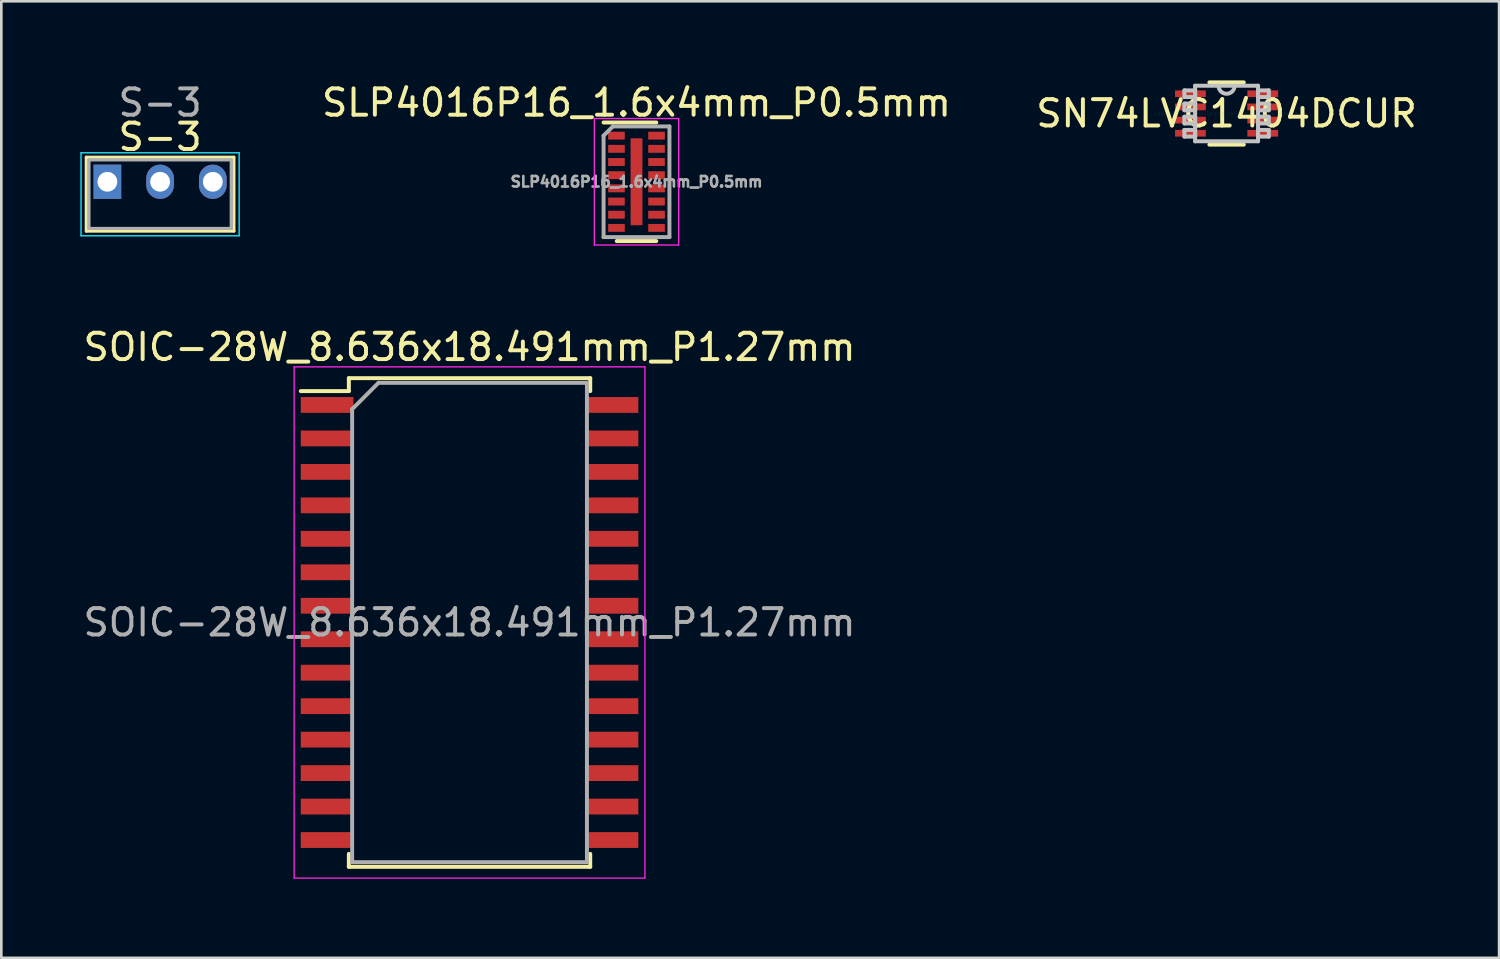
<source format=kicad_pcb>
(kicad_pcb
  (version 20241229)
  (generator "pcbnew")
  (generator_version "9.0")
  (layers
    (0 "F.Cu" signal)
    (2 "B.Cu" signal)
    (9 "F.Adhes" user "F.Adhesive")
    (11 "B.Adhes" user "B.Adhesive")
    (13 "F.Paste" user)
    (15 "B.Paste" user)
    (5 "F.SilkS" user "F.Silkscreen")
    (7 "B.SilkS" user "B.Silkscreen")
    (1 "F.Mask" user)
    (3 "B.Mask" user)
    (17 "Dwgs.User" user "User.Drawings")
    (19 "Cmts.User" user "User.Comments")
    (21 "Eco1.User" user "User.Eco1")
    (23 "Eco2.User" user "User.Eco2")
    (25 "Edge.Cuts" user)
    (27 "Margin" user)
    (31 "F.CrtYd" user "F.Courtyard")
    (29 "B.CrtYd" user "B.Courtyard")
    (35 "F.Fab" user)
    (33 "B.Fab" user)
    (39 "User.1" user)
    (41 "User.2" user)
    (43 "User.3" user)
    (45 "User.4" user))
  (footprint "SN74LVC1404DCUR"
    (layer "F.Cu")
    (at 43.496 1.257)
    (property "Reference" "SN74LVC1404DCUR" (at 0 0 0) (layer "F.SilkS") (effects (font (size 1 1) (thickness 0.15))))
    (attr through_hole)
    (fp_line (start -0.652 1.181) (end 0.652 1.181) (stroke (width 0.152) (type solid)) (layer "F.SilkS"))
    (fp_line (start 0.652 -1.181) (end -0.652 -1.181) (stroke (width 0.152) (type solid)) (layer "F.SilkS"))
    (fp_line (start -1.6 -0.877) (end -1.6 -0.623) (stroke (width 0.152) (type solid)) (layer "Dwgs.User"))
    (fp_line (start -1.6 -0.623) (end -1.194 -0.623) (stroke (width 0.152) (type solid)) (layer "Dwgs.User"))
    (fp_line (start -1.6 -0.377) (end -1.6 -0.123) (stroke (width 0.152) (type solid)) (layer "Dwgs.User"))
    (fp_line (start -1.6 -0.123) (end -1.194 -0.123) (stroke (width 0.152) (type solid)) (layer "Dwgs.User"))
    (fp_line (start -1.6 0.123) (end -1.6 0.377) (stroke (width 0.152) (type solid)) (layer "Dwgs.User"))
    (fp_line (start -1.6 0.377) (end -1.194 0.377) (stroke (width 0.152) (type solid)) (layer "Dwgs.User"))
    (fp_line (start -1.6 0.623) (end -1.6 0.877) (stroke (width 0.152) (type solid)) (layer "Dwgs.User"))
    (fp_line (start -1.6 0.877) (end -1.194 0.877) (stroke (width 0.152) (type solid)) (layer "Dwgs.User"))
    (fp_line (start -1.194 -1.054) (end -1.194 1.054) (stroke (width 0.152) (type solid)) (layer "Dwgs.User"))
    (fp_line (start -1.194 -0.877) (end -1.6 -0.877) (stroke (width 0.152) (type solid)) (layer "Dwgs.User"))
    (fp_line (start -1.194 -0.623) (end -1.194 -0.877) (stroke (width 0.152) (type solid)) (layer "Dwgs.User"))
    (fp_line (start -1.194 -0.377) (end -1.6 -0.377) (stroke (width 0.152) (type solid)) (layer "Dwgs.User"))
    (fp_line (start -1.194 -0.123) (end -1.194 -0.377) (stroke (width 0.152) (type solid)) (layer "Dwgs.User"))
    (fp_line (start -1.194 0.123) (end -1.6 0.123) (stroke (width 0.152) (type solid)) (layer "Dwgs.User"))
    (fp_line (start -1.194 0.377) (end -1.194 0.123) (stroke (width 0.152) (type solid)) (layer "Dwgs.User"))
    (fp_line (start -1.194 0.623) (end -1.6 0.623) (stroke (width 0.152) (type solid)) (layer "Dwgs.User"))
    (fp_line (start -1.194 0.877) (end -1.194 0.623) (stroke (width 0.152) (type solid)) (layer "Dwgs.User"))
    (fp_line (start -1.194 1.054) (end 1.194 1.054) (stroke (width 0.152) (type solid)) (layer "Dwgs.User"))
    (fp_line (start 1.194 -1.054) (end -1.194 -1.054) (stroke (width 0.152) (type solid)) (layer "Dwgs.User"))
    (fp_line (start 1.194 -0.877) (end 1.194 -0.623) (stroke (width 0.152) (type solid)) (layer "Dwgs.User"))
    (fp_line (start 1.194 -0.623) (end 1.6 -0.623) (stroke (width 0.152) (type solid)) (layer "Dwgs.User"))
    (fp_line (start 1.194 -0.377) (end 1.194 -0.123) (stroke (width 0.152) (type solid)) (layer "Dwgs.User"))
    (fp_line (start 1.194 -0.123) (end 1.6 -0.123) (stroke (width 0.152) (type solid)) (layer "Dwgs.User"))
    (fp_line (start 1.194 0.123) (end 1.194 0.377) (stroke (width 0.152) (type solid)) (layer "Dwgs.User"))
    (fp_line (start 1.194 0.377) (end 1.6 0.377) (stroke (width 0.152) (type solid)) (layer "Dwgs.User"))
    (fp_line (start 1.194 0.623) (end 1.194 0.877) (stroke (width 0.152) (type solid)) (layer "Dwgs.User"))
    (fp_line (start 1.194 0.877) (end 1.6 0.877) (stroke (width 0.152) (type solid)) (layer "Dwgs.User"))
    (fp_line (start 1.194 1.054) (end 1.194 -1.054) (stroke (width 0.152) (type solid)) (layer "Dwgs.User"))
    (fp_line (start 1.6 -0.877) (end 1.194 -0.877) (stroke (width 0.152) (type solid)) (layer "Dwgs.User"))
    (fp_line (start 1.6 -0.623) (end 1.6 -0.877) (stroke (width 0.152) (type solid)) (layer "Dwgs.User"))
    (fp_line (start 1.6 -0.377) (end 1.194 -0.377) (stroke (width 0.152) (type solid)) (layer "Dwgs.User"))
    (fp_line (start 1.6 -0.123) (end 1.6 -0.377) (stroke (width 0.152) (type solid)) (layer "Dwgs.User"))
    (fp_line (start 1.6 0.123) (end 1.194 0.123) (stroke (width 0.152) (type solid)) (layer "Dwgs.User"))
    (fp_line (start 1.6 0.377) (end 1.6 0.123) (stroke (width 0.152) (type solid)) (layer "Dwgs.User"))
    (fp_line (start 1.6 0.623) (end 1.194 0.623) (stroke (width 0.152) (type solid)) (layer "Dwgs.User"))
    (fp_line (start 1.6 0.877) (end 1.6 0.623) (stroke (width 0.152) (type solid)) (layer "Dwgs.User"))
    (fp_arc (start 0.3048 -1.0541) (mid 0 -0.7493) (end -0.3048 -1.0541) (stroke (width 0.1524) (type solid)) (layer "Dwgs.User"))
    (fp_text user "Copyright 2016 Accelerated Designs. All rights reserved." (at 0 0 0) (layer "Cmts.User") (effects (font (size 0.127 0.127) (thickness 0.002))))
    (pad "" smd rect (at -1.372 -0.75) (size 1.168 0.254) (layers "F.Mask"))
    (pad "" smd rect (at -1.372 -0.75) (size 1.168 0.254) (layers "F.Paste"))
    (pad "" smd rect (at -1.372 -0.25) (size 1.168 0.254) (layers "F.Mask"))
    (pad "" smd rect (at -1.372 -0.25) (size 1.168 0.254) (layers "F.Paste"))
    (pad "" smd rect (at -1.372 0.25) (size 1.168 0.254) (layers "F.Mask"))
    (pad "" smd rect (at -1.372 0.25) (size 1.168 0.254) (layers "F.Paste"))
    (pad "" smd rect (at -1.372 0.75) (size 1.168 0.254) (layers "F.Mask"))
    (pad "" smd rect (at -1.372 0.75) (size 1.168 0.254) (layers "F.Paste"))
    (pad "" smd rect (at 1.372 -0.75) (size 1.168 0.254) (layers "F.Mask"))
    (pad "" smd rect (at 1.372 -0.75) (size 1.168 0.254) (layers "F.Paste"))
    (pad "" smd rect (at 1.372 -0.25) (size 1.168 0.254) (layers "F.Mask"))
    (pad "" smd rect (at 1.372 -0.25) (size 1.168 0.254) (layers "F.Paste"))
    (pad "" smd rect (at 1.372 0.25) (size 1.168 0.254) (layers "F.Mask"))
    (pad "" smd rect (at 1.372 0.25) (size 1.168 0.254) (layers "F.Paste"))
    (pad "" smd rect (at 1.372 0.75) (size 1.168 0.254) (layers "F.Mask"))
    (pad "" smd rect (at 1.372 0.75) (size 1.168 0.254) (layers "F.Paste"))
    (pad "1" smd rect (at -1.372 -0.75) (size 1.168 0.254) (layers "F.Cu"))
    (pad "2" smd rect (at -1.372 -0.25) (size 1.168 0.254) (layers "F.Cu"))
    (pad "3" smd rect (at -1.372 0.25) (size 1.168 0.254) (layers "F.Cu"))
    (pad "4" smd rect (at -1.372 0.75) (size 1.168 0.254) (layers "F.Cu"))
    (pad "5" smd rect (at 1.372 0.75) (size 1.168 0.254) (layers "F.Cu"))
    (pad "6" smd rect (at 1.372 0.25) (size 1.168 0.254) (layers "F.Cu"))
    (pad "7" smd rect (at 1.372 -0.25) (size 1.168 0.254) (layers "F.Cu"))
    (pad "8" smd rect (at 1.372 -0.75) (size 1.168 0.254) (layers "F.Cu")))
  (footprint "SLP4016P16_1.6x4mm_P0.5mm"
    (layer "F.Cu")
    (at 21.104 3.848)
    (property "Reference" "SLP4016P16_1.6x4mm_P0.5mm" (at 0 -3 0) (layer "F.SilkS") (effects (font (size 1 1) (thickness 0.15))))
    (attr smd)
    (fp_line (start -1.25 -2.25) (end 0.75 -2.25) (stroke (width 0.15) (type solid)) (layer "F.SilkS"))
    (fp_line (start -0.75 2.25) (end 0.75 2.25) (stroke (width 0.15) (type solid)) (layer "F.SilkS"))
    (fp_line (start -1.6 -2.4) (end -1.6 2.4) (stroke (width 0.05) (type solid)) (layer "F.CrtYd"))
    (fp_line (start -1.6 -2.4) (end 1.6 -2.4) (stroke (width 0.05) (type solid)) (layer "F.CrtYd"))
    (fp_line (start -1.6 2.4) (end 1.6 2.4) (stroke (width 0.05) (type solid)) (layer "F.CrtYd"))
    (fp_line (start 1.6 -2.4) (end 1.6 2.4) (stroke (width 0.05) (type solid)) (layer "F.CrtYd"))
    (fp_line (start -1.25 -1.75) (end -0.9 -2.1) (stroke (width 0.15) (type solid)) (layer "F.Fab"))
    (fp_line (start -1.25 2.1) (end -1.25 -1.75) (stroke (width 0.15) (type solid)) (layer "F.Fab"))
    (fp_line (start -0.9 -2.1) (end 1.25 -2.1) (stroke (width 0.15) (type solid)) (layer "F.Fab"))
    (fp_line (start 1.25 -2.1) (end 1.25 2.1) (stroke (width 0.15) (type solid)) (layer "F.Fab"))
    (fp_line (start 1.25 2.1) (end -1.25 2.1) (stroke (width 0.15) (type solid)) (layer "F.Fab"))
    (fp_text user "${REFERENCE}" (at 0 0 0) (layer "F.Fab") (effects (font (size 0.4 0.4) (thickness 0.1))))
    (pad "" smd rect (at 0 -1.35) (size 0.35 0.35) (layers "F.Paste"))
    (pad "" smd rect (at 0 -0.9) (size 0.35 0.35) (layers "F.Paste"))
    (pad "" smd rect (at 0 -0.45) (size 0.35 0.35) (layers "F.Paste"))
    (pad "" smd rect (at 0 0) (size 0.35 0.35) (layers "F.Paste"))
    (pad "" smd rect (at 0 0.45) (size 0.35 0.35) (layers "F.Paste"))
    (pad "" smd rect (at 0 0.9) (size 0.35 0.35) (layers "F.Paste"))
    (pad "" smd rect (at 0 1.35) (size 0.35 0.35) (layers "F.Paste"))
    (pad "1" smd rect (at -0.76 -1.75) (size 0.63 0.3) (layers "F.Cu" "F.Mask" "F.Paste"))
    (pad "2" smd rect (at -0.76 -1.25) (size 0.63 0.3) (layers "F.Cu" "F.Mask" "F.Paste"))
    (pad "3" smd rect (at -0.76 -0.75) (size 0.63 0.3) (layers "F.Cu" "F.Mask" "F.Paste"))
    (pad "4" smd rect (at -0.76 -0.25) (size 0.63 0.3) (layers "F.Cu" "F.Mask" "F.Paste"))
    (pad "5" smd rect (at -0.76 0.25) (size 0.63 0.3) (layers "F.Cu" "F.Mask" "F.Paste"))
    (pad "6" smd rect (at -0.76 0.75) (size 0.63 0.3) (layers "F.Cu" "F.Mask" "F.Paste"))
    (pad "7" smd rect (at -0.76 1.25) (size 0.63 0.3) (layers "F.Cu" "F.Mask" "F.Paste"))
    (pad "8" smd rect (at -0.76 1.75) (size 0.63 0.3) (layers "F.Cu" "F.Mask" "F.Paste"))
    (pad "9" smd rect (at 0.76 1.75) (size 0.63 0.3) (layers "F.Cu" "F.Mask" "F.Paste"))
    (pad "10" smd rect (at 0.76 1.25) (size 0.63 0.3) (layers "F.Cu" "F.Mask" "F.Paste"))
    (pad "11" smd rect (at 0.76 0.75) (size 0.63 0.3) (layers "F.Cu" "F.Mask" "F.Paste"))
    (pad "12" smd rect (at 0.76 0.25) (size 0.63 0.3) (layers "F.Cu" "F.Mask" "F.Paste"))
    (pad "13" smd rect (at 0.76 -0.25) (size 0.63 0.3) (layers "F.Cu" "F.Mask" "F.Paste"))
    (pad "14" smd rect (at 0.76 -0.75) (size 0.63 0.3) (layers "F.Cu" "F.Mask" "F.Paste"))
    (pad "15" smd rect (at 0.76 -1.25) (size 0.63 0.3) (layers "F.Cu" "F.Mask" "F.Paste"))
    (pad "16" smd rect (at 0.76 -1.75) (size 0.63 0.3) (layers "F.Cu" "F.Mask" "F.Paste"))
    (pad "17" smd rect (at 0 0) (size 0.45 3.3) (layers "F.Cu" "F.Mask")))
  (footprint "SOIC-28W_8.636x18.491mm_P1.27mm"
    (layer "F.Cu")
    (at 14.768 20.572)
    (property "Reference" "SOIC-28W_8.636x18.491mm_P1.27mm" (at 0 -10.45 0) (layer "F.SilkS") (effects (font (size 1 1) (thickness 0.15))))
    (attr smd)
    (fp_line (start -4.58 -9.271) (end -4.58 -8.78) (stroke (width 0.15) (type solid)) (layer "F.SilkS"))
    (fp_line (start -4.58 -9.271) (end 4.58 -9.271) (stroke (width 0.15) (type solid)) (layer "F.SilkS"))
    (fp_line (start -4.58 -8.78) (end -6.405 -8.78) (stroke (width 0.15) (type solid)) (layer "F.SilkS"))
    (fp_line (start -4.58 9.271) (end -4.58 8.78) (stroke (width 0.15) (type solid)) (layer "F.SilkS"))
    (fp_line (start -4.58 9.271) (end 4.58 9.271) (stroke (width 0.15) (type solid)) (layer "F.SilkS"))
    (fp_line (start 4.58 -9.271) (end 4.58 -8.78) (stroke (width 0.15) (type solid)) (layer "F.SilkS"))
    (fp_line (start 4.58 9.271) (end 4.58 8.78) (stroke (width 0.15) (type solid)) (layer "F.SilkS"))
    (fp_line (start -6.655 -9.7) (end -6.655 9.7) (stroke (width 0.05) (type solid)) (layer "F.CrtYd"))
    (fp_line (start -6.655 -9.7) (end 6.655 -9.7) (stroke (width 0.05) (type solid)) (layer "F.CrtYd"))
    (fp_line (start -6.655 9.7) (end 6.655 9.7) (stroke (width 0.05) (type solid)) (layer "F.CrtYd"))
    (fp_line (start 6.655 -9.7) (end 6.655 9.7) (stroke (width 0.05) (type solid)) (layer "F.CrtYd"))
    (fp_line (start -4.455 -8.095) (end -3.455 -9.095) (stroke (width 0.15) (type solid)) (layer "F.Fab"))
    (fp_line (start -4.455 9.095) (end -4.455 -8.095) (stroke (width 0.15) (type solid)) (layer "F.Fab"))
    (fp_line (start -3.455 -9.095) (end 4.455 -9.095) (stroke (width 0.15) (type solid)) (layer "F.Fab"))
    (fp_line (start 4.455 -9.095) (end 4.455 9.095) (stroke (width 0.15) (type solid)) (layer "F.Fab"))
    (fp_line (start 4.455 9.095) (end -4.455 9.095) (stroke (width 0.15) (type solid)) (layer "F.Fab"))
    (fp_text user "${REFERENCE}" (at 0 0 0) (layer "F.Fab") (effects (font (size 1 1) (thickness 0.15))))
    (pad "1" smd rect (at -5.405 -8.255) (size 2 0.6) (layers "F.Cu" "F.Mask" "F.Paste"))
    (pad "2" smd rect (at -5.405 -6.985) (size 2 0.6) (layers "F.Cu" "F.Mask" "F.Paste"))
    (pad "3" smd rect (at -5.405 -5.715) (size 2 0.6) (layers "F.Cu" "F.Mask" "F.Paste"))
    (pad "4" smd rect (at -5.405 -4.445) (size 2 0.6) (layers "F.Cu" "F.Mask" "F.Paste"))
    (pad "5" smd rect (at -5.405 -3.175) (size 2 0.6) (layers "F.Cu" "F.Mask" "F.Paste"))
    (pad "6" smd rect (at -5.405 -1.905) (size 2 0.6) (layers "F.Cu" "F.Mask" "F.Paste"))
    (pad "7" smd rect (at -5.405 -0.635) (size 2 0.6) (layers "F.Cu" "F.Mask" "F.Paste"))
    (pad "8" smd rect (at -5.405 0.635) (size 2 0.6) (layers "F.Cu" "F.Mask" "F.Paste"))
    (pad "9" smd rect (at -5.405 1.905) (size 2 0.6) (layers "F.Cu" "F.Mask" "F.Paste"))
    (pad "10" smd rect (at -5.405 3.175) (size 2 0.6) (layers "F.Cu" "F.Mask" "F.Paste"))
    (pad "11" smd rect (at -5.405 4.445) (size 2 0.6) (layers "F.Cu" "F.Mask" "F.Paste"))
    (pad "12" smd rect (at -5.405 5.715) (size 2 0.6) (layers "F.Cu" "F.Mask" "F.Paste"))
    (pad "13" smd rect (at -5.405 6.985) (size 2 0.6) (layers "F.Cu" "F.Mask" "F.Paste"))
    (pad "14" smd rect (at -5.405 8.255) (size 2 0.6) (layers "F.Cu" "F.Mask" "F.Paste"))
    (pad "15" smd rect (at 5.405 8.255) (size 2 0.6) (layers "F.Cu" "F.Mask" "F.Paste"))
    (pad "16" smd rect (at 5.405 6.985) (size 2 0.6) (layers "F.Cu" "F.Mask" "F.Paste"))
    (pad "17" smd rect (at 5.405 5.715) (size 2 0.6) (layers "F.Cu" "F.Mask" "F.Paste"))
    (pad "18" smd rect (at 5.405 4.445) (size 2 0.6) (layers "F.Cu" "F.Mask" "F.Paste"))
    (pad "19" smd rect (at 5.405 3.175) (size 2 0.6) (layers "F.Cu" "F.Mask" "F.Paste"))
    (pad "20" smd rect (at 5.405 1.905) (size 2 0.6) (layers "F.Cu" "F.Mask" "F.Paste"))
    (pad "21" smd rect (at 5.405 0.635) (size 2 0.6) (layers "F.Cu" "F.Mask" "F.Paste"))
    (pad "22" smd rect (at 5.405 -0.635) (size 2 0.6) (layers "F.Cu" "F.Mask" "F.Paste"))
    (pad "23" smd rect (at 5.405 -1.905) (size 2 0.6) (layers "F.Cu" "F.Mask" "F.Paste"))
    (pad "24" smd rect (at 5.405 -3.175) (size 2 0.6) (layers "F.Cu" "F.Mask" "F.Paste"))
    (pad "25" smd rect (at 5.405 -4.445) (size 2 0.6) (layers "F.Cu" "F.Mask" "F.Paste"))
    (pad "26" smd rect (at 5.405 -5.715) (size 2 0.6) (layers "F.Cu" "F.Mask" "F.Paste"))
    (pad "27" smd rect (at 5.405 -6.985) (size 2 0.6) (layers "F.Cu" "F.Mask" "F.Paste"))
    (pad "28" smd rect (at 5.405 -8.255) (size 2 0.6) (layers "F.Cu" "F.Mask" "F.Paste")))
  (footprint "S-3"
    (layer "F.Cu")
    (at 3.025 3.848)
    (property "Reference" "S-3" (at 0 -1.7 0) (layer "F.SilkS") (effects (font (size 1 1) (thickness 0.15))))
    (attr through_hole)
    (fp_line (start -2.8 -0.93) (end -2.8 1.87) (stroke (width 0.12) (type solid)) (layer "F.SilkS"))
    (fp_line (start -2.8 -0.93) (end 2.8 -0.93) (stroke (width 0.12) (type solid)) (layer "F.SilkS"))
    (fp_line (start -2.8 1.87) (end 2.8 1.87) (stroke (width 0.12) (type solid)) (layer "F.SilkS"))
    (fp_line (start 2.8 -0.93) (end 2.8 1.87) (stroke (width 0.12) (type solid)) (layer "F.SilkS"))
    (fp_line (start -3 -1.1) (end -3 2.05) (stroke (width 0.05) (type solid)) (layer "B.CrtYd"))
    (fp_line (start -3 -1.1) (end 3 -1.1) (stroke (width 0.05) (type solid)) (layer "B.CrtYd"))
    (fp_line (start -3 2.05) (end 3 2.05) (stroke (width 0.05) (type solid)) (layer "B.CrtYd"))
    (fp_line (start 3 -1.1) (end 3 2.05) (stroke (width 0.05) (type solid)) (layer "B.CrtYd"))
    (fp_line (start -2.7 -0.83) (end -2.7 1.77) (stroke (width 0.12) (type solid)) (layer "F.Fab"))
    (fp_line (start -2.7 -0.83) (end 2.7 -0.83) (stroke (width 0.12) (type solid)) (layer "F.Fab"))
    (fp_line (start -2.7 1.77) (end 2.7 1.77) (stroke (width 0.12) (type solid)) (layer "F.Fab"))
    (fp_line (start 2.7 -0.83) (end 2.7 1.77) (stroke (width 0.12) (type solid)) (layer "F.Fab"))
    (fp_text user "${REFERENCE}" (at 0 -3 0) (layer "F.Fab") (effects (font (size 1 1) (thickness 0.15))))
    (pad "1" thru_hole rect (at -2 0 180) (size 1.05 1.3) (drill 0.75) (layers "*.Cu" "*.Mask"))
    (pad "2" thru_hole oval (at 0 0 180) (size 1.05 1.3) (drill 0.75) (layers "*.Cu" "*.Mask"))
    (pad "3" thru_hole oval (at 2 0 180) (size 1.05 1.3) (drill 0.75) (layers "*.Cu" "*.Mask")))
  (gr_rect
    (start -3 -3)
    (end 53.836 33.297)
    (stroke (width 0.1) (type default))
    (fill no)
    (layer "Edge.Cuts")))
</source>
